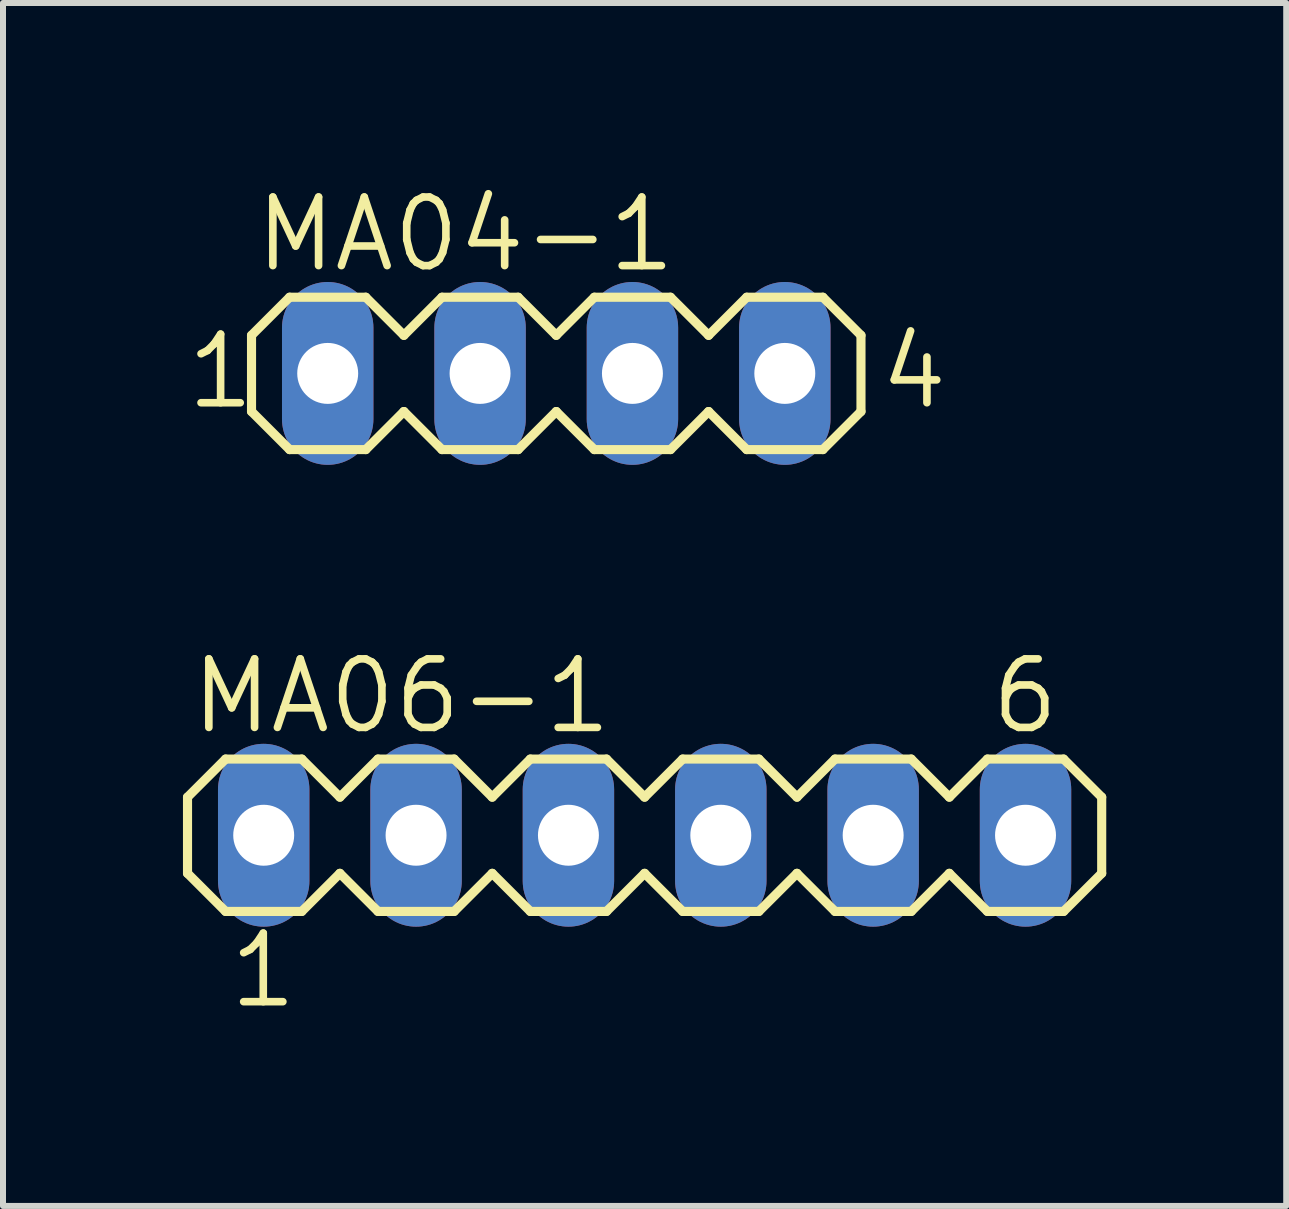
<source format=kicad_pcb>
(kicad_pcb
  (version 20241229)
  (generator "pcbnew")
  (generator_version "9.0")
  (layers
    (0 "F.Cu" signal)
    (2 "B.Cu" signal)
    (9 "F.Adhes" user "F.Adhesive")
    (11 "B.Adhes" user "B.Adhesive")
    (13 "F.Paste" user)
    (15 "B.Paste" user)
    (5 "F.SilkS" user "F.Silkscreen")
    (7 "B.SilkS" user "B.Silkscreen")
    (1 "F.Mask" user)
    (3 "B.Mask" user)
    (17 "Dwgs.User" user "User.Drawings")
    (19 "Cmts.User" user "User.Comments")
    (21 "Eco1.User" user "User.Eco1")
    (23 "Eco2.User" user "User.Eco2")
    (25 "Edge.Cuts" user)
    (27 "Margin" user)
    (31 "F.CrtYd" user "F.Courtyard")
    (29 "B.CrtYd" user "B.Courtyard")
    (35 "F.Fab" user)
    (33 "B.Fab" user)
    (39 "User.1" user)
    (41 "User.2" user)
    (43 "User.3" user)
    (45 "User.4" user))
  (footprint "MA04-1"
    (layer "F.Cu")
    (at 6.223 3.175)
    (property "Reference" "MA04-1" (at -5.08 -1.651 0) (layer "F.SilkS") (effects (font (size 1.143 1.143) (thickness 0.127)) (justify left bottom)))
    (fp_line (start -5.08 -0.635) (end -5.08 0.635) (stroke (width 0.152) (type solid)) (layer "F.SilkS"))
    (fp_line (start -5.08 0.635) (end -4.445 1.27) (stroke (width 0.152) (type solid)) (layer "F.SilkS"))
    (fp_line (start -4.445 -1.27) (end -5.08 -0.635) (stroke (width 0.152) (type solid)) (layer "F.SilkS"))
    (fp_line (start -4.445 -1.27) (end -3.175 -1.27) (stroke (width 0.152) (type solid)) (layer "F.SilkS"))
    (fp_line (start -3.175 -1.27) (end -2.54 -0.635) (stroke (width 0.152) (type solid)) (layer "F.SilkS"))
    (fp_line (start -3.175 1.27) (end -4.445 1.27) (stroke (width 0.152) (type solid)) (layer "F.SilkS"))
    (fp_line (start -2.54 -0.635) (end -1.905 -1.27) (stroke (width 0.152) (type solid)) (layer "F.SilkS"))
    (fp_line (start -2.54 0.635) (end -3.175 1.27) (stroke (width 0.152) (type solid)) (layer "F.SilkS"))
    (fp_line (start -1.905 -1.27) (end -0.635 -1.27) (stroke (width 0.152) (type solid)) (layer "F.SilkS"))
    (fp_line (start -1.905 1.27) (end -2.54 0.635) (stroke (width 0.152) (type solid)) (layer "F.SilkS"))
    (fp_line (start -0.635 -1.27) (end 0 -0.635) (stroke (width 0.152) (type solid)) (layer "F.SilkS"))
    (fp_line (start -0.635 1.27) (end -1.905 1.27) (stroke (width 0.152) (type solid)) (layer "F.SilkS"))
    (fp_line (start 0 -0.635) (end 0.635 -1.27) (stroke (width 0.152) (type solid)) (layer "F.SilkS"))
    (fp_line (start 0 0.635) (end -0.635 1.27) (stroke (width 0.152) (type solid)) (layer "F.SilkS"))
    (fp_line (start 0.635 -1.27) (end 1.905 -1.27) (stroke (width 0.152) (type solid)) (layer "F.SilkS"))
    (fp_line (start 0.635 1.27) (end 0 0.635) (stroke (width 0.152) (type solid)) (layer "F.SilkS"))
    (fp_line (start 1.905 -1.27) (end 2.54 -0.635) (stroke (width 0.152) (type solid)) (layer "F.SilkS"))
    (fp_line (start 1.905 1.27) (end 0.635 1.27) (stroke (width 0.152) (type solid)) (layer "F.SilkS"))
    (fp_line (start 2.54 0.635) (end 1.905 1.27) (stroke (width 0.152) (type solid)) (layer "F.SilkS"))
    (fp_line (start 2.54 0.635) (end 3.175 1.27) (stroke (width 0.152) (type solid)) (layer "F.SilkS"))
    (fp_line (start 3.175 -1.27) (end 2.54 -0.635) (stroke (width 0.152) (type solid)) (layer "F.SilkS"))
    (fp_line (start 3.175 -1.27) (end 4.445 -1.27) (stroke (width 0.152) (type solid)) (layer "F.SilkS"))
    (fp_line (start 4.445 -1.27) (end 5.08 -0.635) (stroke (width 0.152) (type solid)) (layer "F.SilkS"))
    (fp_line (start 4.445 1.27) (end 3.175 1.27) (stroke (width 0.152) (type solid)) (layer "F.SilkS"))
    (fp_line (start 5.08 -0.635) (end 5.08 0.635) (stroke (width 0.152) (type solid)) (layer "F.SilkS"))
    (fp_line (start 5.08 0.635) (end 4.445 1.27) (stroke (width 0.152) (type solid)) (layer "F.SilkS"))
    (fp_poly (pts (xy -4.064 0.254) (xy -3.556 0.254) (xy -3.556 -0.254) (xy -4.064 -0.254)) (stroke (width 0.1) (type solid)) (fill no) (layer "F.Fab"))
    (fp_poly (pts (xy -1.524 0.254) (xy -1.016 0.254) (xy -1.016 -0.254) (xy -1.524 -0.254)) (stroke (width 0.1) (type solid)) (fill no) (layer "F.Fab"))
    (fp_poly (pts (xy 1.016 0.254) (xy 1.524 0.254) (xy 1.524 -0.254) (xy 1.016 -0.254)) (stroke (width 0.1) (type solid)) (fill no) (layer "F.Fab"))
    (fp_poly (pts (xy 3.556 0.254) (xy 4.064 0.254) (xy 4.064 -0.254) (xy 3.556 -0.254)) (stroke (width 0.1) (type solid)) (fill no) (layer "F.Fab"))
    (fp_text user "4" (at 5.334 0.635 0) (layer "F.SilkS") (effects (font (size 1.143 1.143) (thickness 0.127)) (justify left bottom)))
    (fp_text user "1" (at -6.223 0.635 0) (layer "F.SilkS") (effects (font (size 1.143 1.143) (thickness 0.127)) (justify left bottom)))
    (pad "1" thru_hole oval (at -3.81 0 90) (size 3.048 1.524) (drill 1.016) (layers "*.Cu" "*.Mask"))
    (pad "2" thru_hole oval (at -1.27 0 90) (size 3.048 1.524) (drill 1.016) (layers "*.Cu" "*.Mask"))
    (pad "3" thru_hole oval (at 1.27 0 90) (size 3.048 1.524) (drill 1.016) (layers "*.Cu" "*.Mask"))
    (pad "4" thru_hole oval (at 3.81 0 90) (size 3.048 1.524) (drill 1.016) (layers "*.Cu" "*.Mask")))
  (footprint "MA06-1"
    (layer "F.Cu")
    (at 7.696 10.874)
    (property "Reference" "MA06-1" (at -7.62 -1.651 0) (layer "F.SilkS") (effects (font (size 1.143 1.143) (thickness 0.127)) (justify left bottom)))
    (fp_line (start -7.62 -0.635) (end -7.62 0.635) (stroke (width 0.152) (type solid)) (layer "F.SilkS"))
    (fp_line (start -7.62 0.635) (end -6.985 1.27) (stroke (width 0.152) (type solid)) (layer "F.SilkS"))
    (fp_line (start -6.985 -1.27) (end -7.62 -0.635) (stroke (width 0.152) (type solid)) (layer "F.SilkS"))
    (fp_line (start -6.985 -1.27) (end -5.715 -1.27) (stroke (width 0.152) (type solid)) (layer "F.SilkS"))
    (fp_line (start -5.715 -1.27) (end -5.08 -0.635) (stroke (width 0.152) (type solid)) (layer "F.SilkS"))
    (fp_line (start -5.715 1.27) (end -6.985 1.27) (stroke (width 0.152) (type solid)) (layer "F.SilkS"))
    (fp_line (start -5.08 -0.635) (end -4.445 -1.27) (stroke (width 0.152) (type solid)) (layer "F.SilkS"))
    (fp_line (start -5.08 0.635) (end -5.715 1.27) (stroke (width 0.152) (type solid)) (layer "F.SilkS"))
    (fp_line (start -4.445 -1.27) (end -3.175 -1.27) (stroke (width 0.152) (type solid)) (layer "F.SilkS"))
    (fp_line (start -4.445 1.27) (end -5.08 0.635) (stroke (width 0.152) (type solid)) (layer "F.SilkS"))
    (fp_line (start -3.175 -1.27) (end -2.54 -0.635) (stroke (width 0.152) (type solid)) (layer "F.SilkS"))
    (fp_line (start -3.175 1.27) (end -4.445 1.27) (stroke (width 0.152) (type solid)) (layer "F.SilkS"))
    (fp_line (start -2.54 -0.635) (end -1.905 -1.27) (stroke (width 0.152) (type solid)) (layer "F.SilkS"))
    (fp_line (start -2.54 0.635) (end -3.175 1.27) (stroke (width 0.152) (type solid)) (layer "F.SilkS"))
    (fp_line (start -1.905 -1.27) (end -0.635 -1.27) (stroke (width 0.152) (type solid)) (layer "F.SilkS"))
    (fp_line (start -1.905 1.27) (end -2.54 0.635) (stroke (width 0.152) (type solid)) (layer "F.SilkS"))
    (fp_line (start -0.635 -1.27) (end 0 -0.635) (stroke (width 0.152) (type solid)) (layer "F.SilkS"))
    (fp_line (start -0.635 1.27) (end -1.905 1.27) (stroke (width 0.152) (type solid)) (layer "F.SilkS"))
    (fp_line (start 0 0.635) (end -0.635 1.27) (stroke (width 0.152) (type solid)) (layer "F.SilkS"))
    (fp_line (start 0 0.635) (end 0.635 1.27) (stroke (width 0.152) (type solid)) (layer "F.SilkS"))
    (fp_line (start 0.635 -1.27) (end 0 -0.635) (stroke (width 0.152) (type solid)) (layer "F.SilkS"))
    (fp_line (start 0.635 -1.27) (end 1.905 -1.27) (stroke (width 0.152) (type solid)) (layer "F.SilkS"))
    (fp_line (start 1.905 -1.27) (end 2.54 -0.635) (stroke (width 0.152) (type solid)) (layer "F.SilkS"))
    (fp_line (start 1.905 1.27) (end 0.635 1.27) (stroke (width 0.152) (type solid)) (layer "F.SilkS"))
    (fp_line (start 2.54 -0.635) (end 3.175 -1.27) (stroke (width 0.152) (type solid)) (layer "F.SilkS"))
    (fp_line (start 2.54 0.635) (end 1.905 1.27) (stroke (width 0.152) (type solid)) (layer "F.SilkS"))
    (fp_line (start 3.175 -1.27) (end 4.445 -1.27) (stroke (width 0.152) (type solid)) (layer "F.SilkS"))
    (fp_line (start 3.175 1.27) (end 2.54 0.635) (stroke (width 0.152) (type solid)) (layer "F.SilkS"))
    (fp_line (start 4.445 -1.27) (end 5.08 -0.635) (stroke (width 0.152) (type solid)) (layer "F.SilkS"))
    (fp_line (start 4.445 1.27) (end 3.175 1.27) (stroke (width 0.152) (type solid)) (layer "F.SilkS"))
    (fp_line (start 5.08 -0.635) (end 5.715 -1.27) (stroke (width 0.152) (type solid)) (layer "F.SilkS"))
    (fp_line (start 5.08 0.635) (end 4.445 1.27) (stroke (width 0.152) (type solid)) (layer "F.SilkS"))
    (fp_line (start 5.715 -1.27) (end 6.985 -1.27) (stroke (width 0.152) (type solid)) (layer "F.SilkS"))
    (fp_line (start 5.715 1.27) (end 5.08 0.635) (stroke (width 0.152) (type solid)) (layer "F.SilkS"))
    (fp_line (start 6.985 -1.27) (end 7.62 -0.635) (stroke (width 0.152) (type solid)) (layer "F.SilkS"))
    (fp_line (start 6.985 1.27) (end 5.715 1.27) (stroke (width 0.152) (type solid)) (layer "F.SilkS"))
    (fp_line (start 7.62 -0.635) (end 7.62 0.635) (stroke (width 0.152) (type solid)) (layer "F.SilkS"))
    (fp_line (start 7.62 0.635) (end 6.985 1.27) (stroke (width 0.152) (type solid)) (layer "F.SilkS"))
    (fp_poly (pts (xy -6.604 0.254) (xy -6.096 0.254) (xy -6.096 -0.254) (xy -6.604 -0.254)) (stroke (width 0.1) (type solid)) (fill no) (layer "F.Fab"))
    (fp_poly (pts (xy -4.064 0.254) (xy -3.556 0.254) (xy -3.556 -0.254) (xy -4.064 -0.254)) (stroke (width 0.1) (type solid)) (fill no) (layer "F.Fab"))
    (fp_poly (pts (xy -1.524 0.254) (xy -1.016 0.254) (xy -1.016 -0.254) (xy -1.524 -0.254)) (stroke (width 0.1) (type solid)) (fill no) (layer "F.Fab"))
    (fp_poly (pts (xy 1.016 0.254) (xy 1.524 0.254) (xy 1.524 -0.254) (xy 1.016 -0.254)) (stroke (width 0.1) (type solid)) (fill no) (layer "F.Fab"))
    (fp_poly (pts (xy 3.556 0.254) (xy 4.064 0.254) (xy 4.064 -0.254) (xy 3.556 -0.254)) (stroke (width 0.1) (type solid)) (fill no) (layer "F.Fab"))
    (fp_poly (pts (xy 6.096 0.254) (xy 6.604 0.254) (xy 6.604 -0.254) (xy 6.096 -0.254)) (stroke (width 0.1) (type solid)) (fill no) (layer "F.Fab"))
    (fp_text user "6" (at 5.715 -1.651 0) (layer "F.SilkS") (effects (font (size 1.143 1.143) (thickness 0.127)) (justify left bottom)))
    (fp_text user "1" (at -6.985 2.921 0) (layer "F.SilkS") (effects (font (size 1.143 1.143) (thickness 0.127)) (justify left bottom)))
    (pad "1" thru_hole oval (at -6.35 0 90) (size 3.048 1.524) (drill 1.016) (layers "*.Cu" "*.Mask"))
    (pad "2" thru_hole oval (at -3.81 0 90) (size 3.048 1.524) (drill 1.016) (layers "*.Cu" "*.Mask"))
    (pad "3" thru_hole oval (at -1.27 0 90) (size 3.048 1.524) (drill 1.016) (layers "*.Cu" "*.Mask"))
    (pad "4" thru_hole oval (at 1.27 0 90) (size 3.048 1.524) (drill 1.016) (layers "*.Cu" "*.Mask"))
    (pad "5" thru_hole oval (at 3.81 0 90) (size 3.048 1.524) (drill 1.016) (layers "*.Cu" "*.Mask"))
    (pad "6" thru_hole oval (at 6.35 0 90) (size 3.048 1.524) (drill 1.016) (layers "*.Cu" "*.Mask")))
  (gr_rect
    (start -3 -3)
    (end 18.392 17.054)
    (stroke (width 0.1) (type default))
    (fill no)
    (layer "Edge.Cuts")))
</source>
